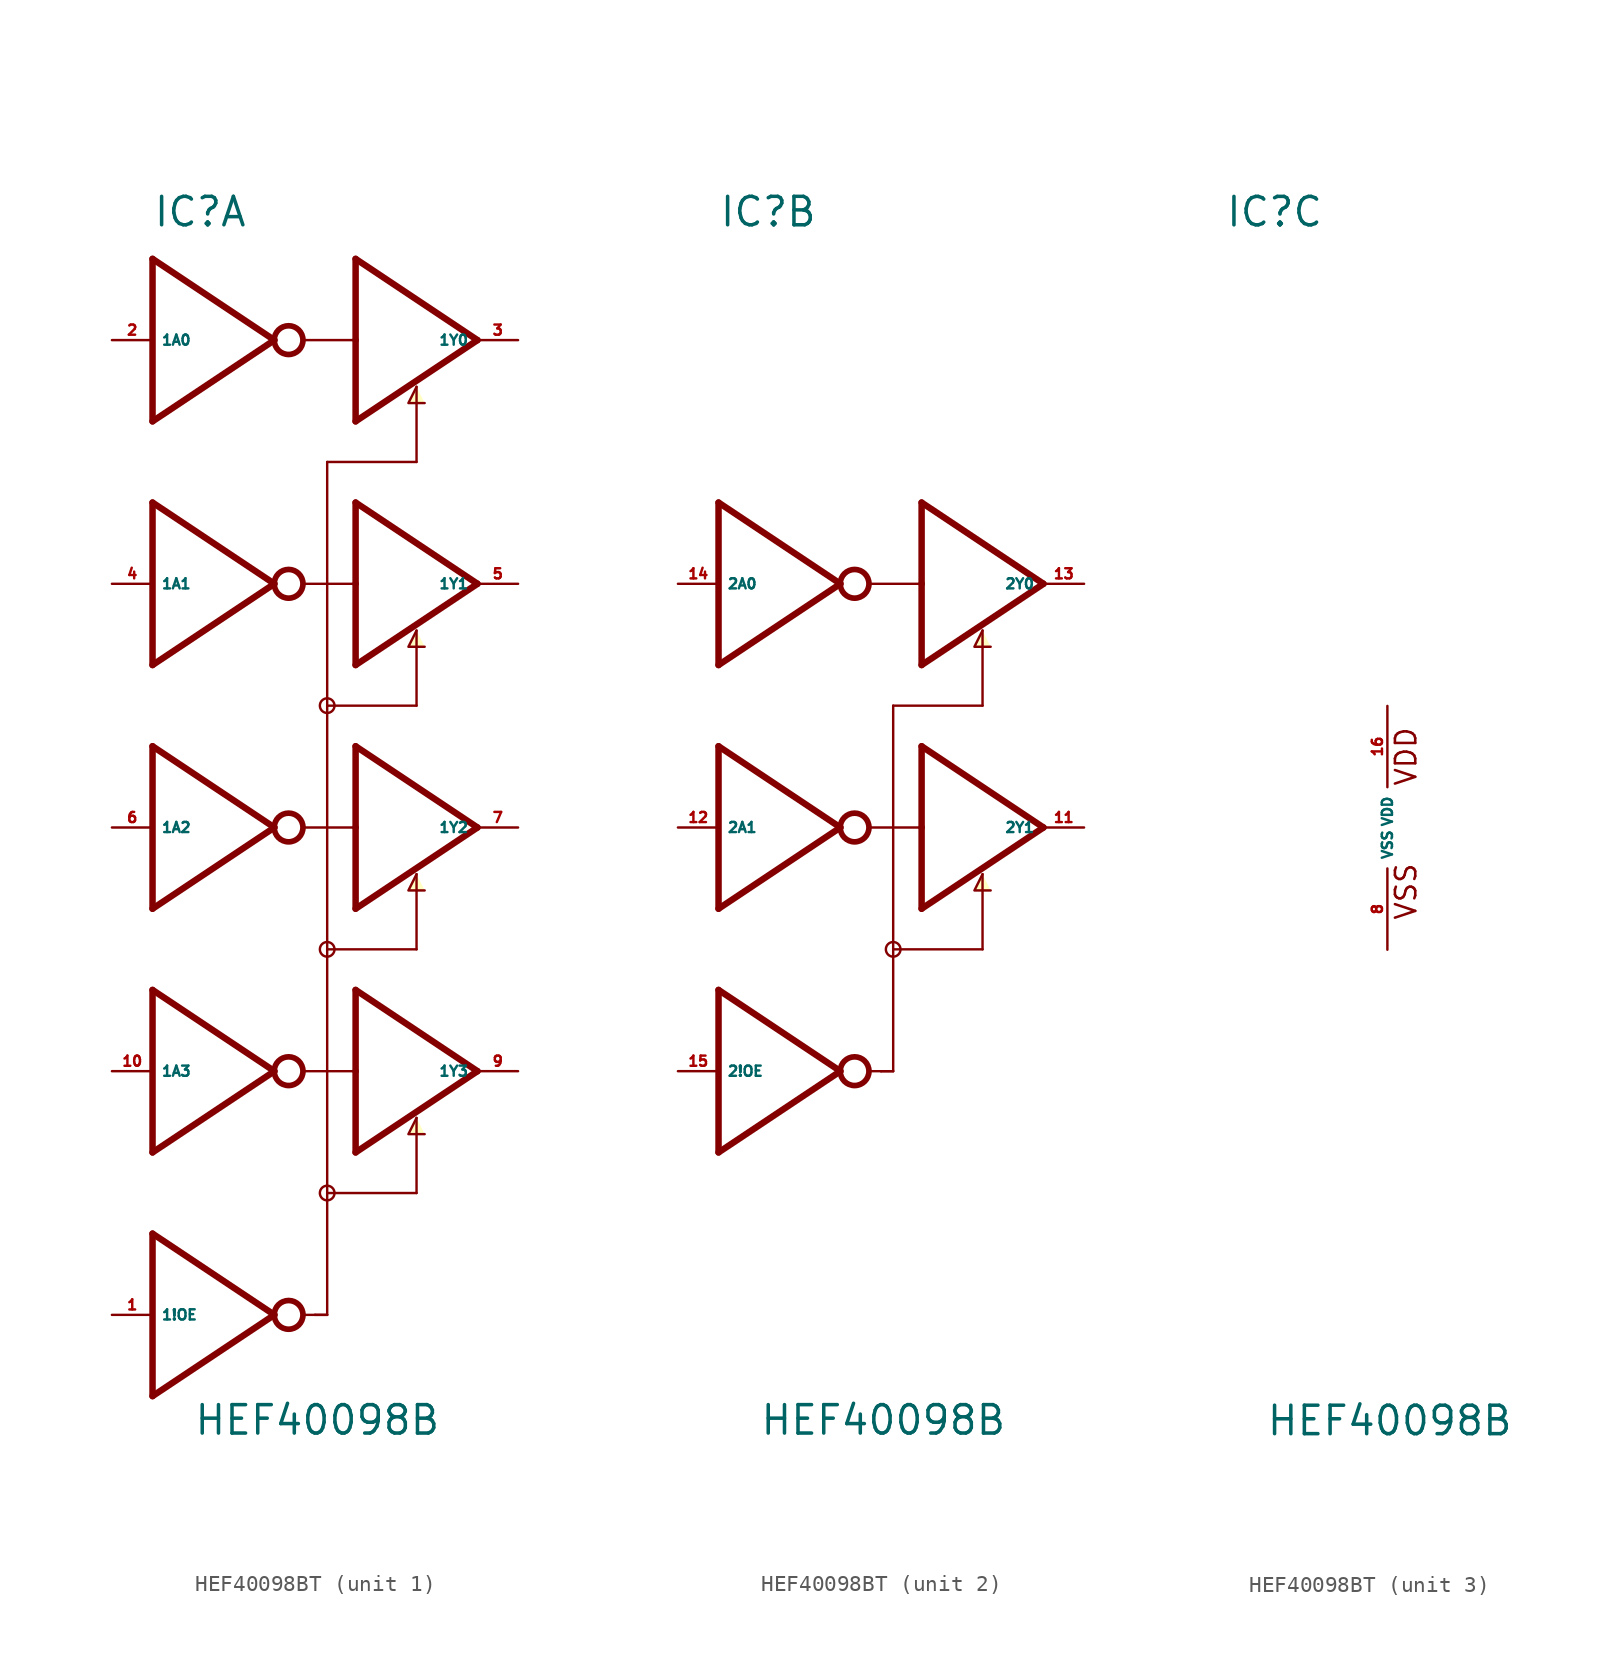
<source format=kicad_sym>
(kicad_symbol_lib
  (version 20220914)
  (generator Eagle2Kicad)
  (symbol "HEF40098BT"
    (property "Reference" "IC"
      (at -10.16 37.465 0)
      (effects (font (size 1.778 1.778) (thickness 0.22)) (justify left bottom)))
    (property "Value" "HEF40098B"
      (at -7.62 -38.1 0)
      (effects (font (size 1.778 1.778) (thickness 0.22)) (justify left bottom)))
    (symbol "HEF40098BT_1_0"
      (polyline (pts (xy 6.35 27.559) (xy 5.842 26.543) (xy 6.858 26.543)) (stroke (width 0.152) (type default)) (fill (type background)))
      (polyline (pts (xy 6.35 12.319) (xy 5.842 11.303) (xy 6.858 11.303)) (stroke (width 0.152) (type default)) (fill (type background)))
      (polyline (pts (xy 6.35 -2.921) (xy 5.842 -3.937) (xy 6.858 -3.937)) (stroke (width 0.152) (type default)) (fill (type background)))
      (polyline (pts (xy 6.35 -18.161) (xy 5.842 -19.177) (xy 6.858 -19.177)) (stroke (width 0.152) (type default)) (fill (type background)))
      (polyline (pts (xy -10.16 35.56) (xy -2.54 30.48)) (stroke (width 0.406) (type default)) (fill (type none)))
      (polyline (pts (xy -2.54 30.48) (xy -10.16 25.4)) (stroke (width 0.406) (type default)) (fill (type none)))
      (polyline (pts (xy -10.16 25.4) (xy -10.16 35.56)) (stroke (width 0.406) (type default)) (fill (type none)))
      (polyline (pts (xy -0.635 30.48) (xy 2.54 30.48)) (stroke (width 0.152) (type default)) (fill (type none)))
      (polyline (pts (xy 2.54 25.4) (xy 2.54 30.48)) (stroke (width 0.406) (type default)) (fill (type none)))
      (polyline (pts (xy 2.54 30.48) (xy 2.54 35.56)) (stroke (width 0.406) (type default)) (fill (type none)))
      (polyline (pts (xy 2.54 35.56) (xy 10.16 30.48)) (stroke (width 0.406) (type default)) (fill (type none)))
      (polyline (pts (xy 10.16 30.48) (xy 2.54 25.4)) (stroke (width 0.406) (type default)) (fill (type none)))
      (polyline (pts (xy 6.35 27.559) (xy 6.35 22.86)) (stroke (width 0.152) (type default)) (fill (type none)))
      (polyline (pts (xy 6.35 22.86) (xy 0.762 22.86)) (stroke (width 0.152) (type default)) (fill (type none)))
      (polyline (pts (xy 0.762 22.86) (xy 0.762 7.62)) (stroke (width 0.152) (type default)) (fill (type none)))
      (polyline (pts (xy -10.16 20.32) (xy -2.54 15.24)) (stroke (width 0.406) (type default)) (fill (type none)))
      (polyline (pts (xy -2.54 15.24) (xy -10.16 10.16)) (stroke (width 0.406) (type default)) (fill (type none)))
      (polyline (pts (xy -10.16 10.16) (xy -10.16 20.32)) (stroke (width 0.406) (type default)) (fill (type none)))
      (polyline (pts (xy -0.635 15.24) (xy 2.54 15.24)) (stroke (width 0.152) (type default)) (fill (type none)))
      (polyline (pts (xy 2.54 10.16) (xy 2.54 15.24)) (stroke (width 0.406) (type default)) (fill (type none)))
      (polyline (pts (xy 2.54 15.24) (xy 2.54 20.32)) (stroke (width 0.406) (type default)) (fill (type none)))
      (polyline (pts (xy 2.54 20.32) (xy 10.16 15.24)) (stroke (width 0.406) (type default)) (fill (type none)))
      (polyline (pts (xy 10.16 15.24) (xy 2.54 10.16)) (stroke (width 0.406) (type default)) (fill (type none)))
      (polyline (pts (xy 6.35 12.319) (xy 6.35 7.62)) (stroke (width 0.152) (type default)) (fill (type none)))
      (polyline (pts (xy 6.35 7.62) (xy 0.762 7.62)) (stroke (width 0.152) (type default)) (fill (type none)))
      (polyline (pts (xy 0.762 7.62) (xy 0.762 -7.62)) (stroke (width 0.152) (type default)) (fill (type none)))
      (polyline (pts (xy -10.16 5.08) (xy -2.54 0)) (stroke (width 0.406) (type default)) (fill (type none)))
      (polyline (pts (xy -2.54 0) (xy -10.16 -5.08)) (stroke (width 0.406) (type default)) (fill (type none)))
      (polyline (pts (xy -10.16 -5.08) (xy -10.16 5.08)) (stroke (width 0.406) (type default)) (fill (type none)))
      (polyline (pts (xy -0.635 0) (xy 2.54 0)) (stroke (width 0.152) (type default)) (fill (type none)))
      (polyline (pts (xy 2.54 -5.08) (xy 2.54 0)) (stroke (width 0.406) (type default)) (fill (type none)))
      (polyline (pts (xy 2.54 0) (xy 2.54 5.08)) (stroke (width 0.406) (type default)) (fill (type none)))
      (polyline (pts (xy 2.54 5.08) (xy 10.16 0)) (stroke (width 0.406) (type default)) (fill (type none)))
      (polyline (pts (xy 10.16 0) (xy 2.54 -5.08)) (stroke (width 0.406) (type default)) (fill (type none)))
      (polyline (pts (xy 6.35 -2.921) (xy 6.35 -7.62)) (stroke (width 0.152) (type default)) (fill (type none)))
      (polyline (pts (xy 6.35 -7.62) (xy 0.762 -7.62)) (stroke (width 0.152) (type default)) (fill (type none)))
      (polyline (pts (xy 0.762 -7.62) (xy 0.762 -22.86)) (stroke (width 0.152) (type default)) (fill (type none)))
      (polyline (pts (xy -10.16 -10.16) (xy -2.54 -15.24)) (stroke (width 0.406) (type default)) (fill (type none)))
      (polyline (pts (xy -2.54 -15.24) (xy -10.16 -20.32)) (stroke (width 0.406) (type default)) (fill (type none)))
      (polyline (pts (xy -10.16 -20.32) (xy -10.16 -10.16)) (stroke (width 0.406) (type default)) (fill (type none)))
      (polyline (pts (xy -0.635 -15.24) (xy 2.54 -15.24)) (stroke (width 0.152) (type default)) (fill (type none)))
      (polyline (pts (xy 2.54 -20.32) (xy 2.54 -15.24)) (stroke (width 0.406) (type default)) (fill (type none)))
      (polyline (pts (xy 2.54 -15.24) (xy 2.54 -10.16)) (stroke (width 0.406) (type default)) (fill (type none)))
      (polyline (pts (xy 2.54 -10.16) (xy 10.16 -15.24)) (stroke (width 0.406) (type default)) (fill (type none)))
      (polyline (pts (xy 10.16 -15.24) (xy 2.54 -20.32)) (stroke (width 0.406) (type default)) (fill (type none)))
      (polyline (pts (xy 6.35 -18.161) (xy 6.35 -22.86)) (stroke (width 0.152) (type default)) (fill (type none)))
      (polyline (pts (xy 6.35 -22.86) (xy 0.762 -22.86)) (stroke (width 0.152) (type default)) (fill (type none)))
      (polyline (pts (xy 0.762 -22.86) (xy 0.762 -30.48)) (stroke (width 0.152) (type default)) (fill (type none)))
      (polyline (pts (xy -10.16 -25.4) (xy -2.54 -30.48)) (stroke (width 0.406) (type default)) (fill (type none)))
      (polyline (pts (xy -2.54 -30.48) (xy -10.16 -35.56)) (stroke (width 0.406) (type default)) (fill (type none)))
      (polyline (pts (xy -10.16 -35.56) (xy -10.16 -25.4)) (stroke (width 0.406) (type default)) (fill (type none)))
      (polyline (pts (xy -0.635 -30.48) (xy 0 -30.48)) (stroke (width 0.152) (type default)) (fill (type none)))
      (polyline (pts (xy 0 -30.48) (xy 0.762 -30.48)) (stroke (width 0.152) (type default)) (fill (type none)))
      (polyline (pts (xy 0.762 -30.48) (xy 0 -30.48)) (stroke (width 0.152) (type default)) (fill (type none)))
      (circle (center -1.651 30.48) (radius 0.898) (stroke (width 0.356) (type default)) (fill (type none)))
      (circle (center -1.651 15.24) (radius 0.898) (stroke (width 0.356) (type default)) (fill (type none)))
      (circle (center 0.762 7.62) (radius 0.458) (stroke (width 0) (type default)) (fill (type none)))
      (circle (center -1.651 0) (radius 0.898) (stroke (width 0.356) (type default)) (fill (type none)))
      (circle (center -1.651 -15.24) (radius 0.898) (stroke (width 0.356) (type default)) (fill (type none)))
      (circle (center -1.651 -30.48) (radius 0.898) (stroke (width 0.356) (type default)) (fill (type none)))
      (circle (center 0.762 -7.62) (radius 0.458) (stroke (width 0) (type default)) (fill (type none)))
      (circle (center 0.762 -22.86) (radius 0.458) (stroke (width 0) (type default)) (fill (type none)))
      (pin input line (at -12.7 30.48 0) (length 2.54) (name "1A0" (effects (font (size 0.635 0.635) (thickness 0.08)) (justify left bottom))) (number "2" (effects (font (size 0.635 0.635) (thickness 0.08)) (justify left bottom))))
      (pin output line (at 12.7 30.48 180) (length 2.54) (name "1Y0" (effects (font (size 0.635 0.635) (thickness 0.08)) (justify left bottom))) (number "3" (effects (font (size 0.635 0.635) (thickness 0.08)) (justify left bottom))))
      (pin input line (at -12.7 15.24 0) (length 2.54) (name "1A1" (effects (font (size 0.635 0.635) (thickness 0.08)) (justify left bottom))) (number "4" (effects (font (size 0.635 0.635) (thickness 0.08)) (justify left bottom))))
      (pin output line (at 12.7 15.24 180) (length 2.54) (name "1Y1" (effects (font (size 0.635 0.635) (thickness 0.08)) (justify left bottom))) (number "5" (effects (font (size 0.635 0.635) (thickness 0.08)) (justify left bottom))))
      (pin input line (at -12.7 0 0) (length 2.54) (name "1A2" (effects (font (size 0.635 0.635) (thickness 0.08)) (justify left bottom))) (number "6" (effects (font (size 0.635 0.635) (thickness 0.08)) (justify left bottom))))
      (pin output line (at 12.7 0 180) (length 2.54) (name "1Y2" (effects (font (size 0.635 0.635) (thickness 0.08)) (justify left bottom))) (number "7" (effects (font (size 0.635 0.635) (thickness 0.08)) (justify left bottom))))
      (pin input line (at -12.7 -15.24 0) (length 2.54) (name "1A3" (effects (font (size 0.635 0.635) (thickness 0.08)) (justify left bottom))) (number "10" (effects (font (size 0.635 0.635) (thickness 0.08)) (justify left bottom))))
      (pin output line (at 12.7 -15.24 180) (length 2.54) (name "1Y3" (effects (font (size 0.635 0.635) (thickness 0.08)) (justify left bottom))) (number "9" (effects (font (size 0.635 0.635) (thickness 0.08)) (justify left bottom))))
      (pin input line (at -12.7 -30.48 0) (length 2.54) (name "1!OE" (effects (font (size 0.635 0.635) (thickness 0.08)) (justify left bottom))) (number "1" (effects (font (size 0.635 0.635) (thickness 0.08)) (justify left bottom)))))
    (symbol "HEF40098BT_2_0"
      (polyline (pts (xy 6.35 12.319) (xy 5.842 11.303) (xy 6.858 11.303)) (stroke (width 0.152) (type default)) (fill (type background)))
      (polyline (pts (xy 6.35 -2.921) (xy 5.842 -3.937) (xy 6.858 -3.937)) (stroke (width 0.152) (type default)) (fill (type background)))
      (polyline (pts (xy -10.16 20.32) (xy -2.54 15.24)) (stroke (width 0.406) (type default)) (fill (type none)))
      (polyline (pts (xy -2.54 15.24) (xy -10.16 10.16)) (stroke (width 0.406) (type default)) (fill (type none)))
      (polyline (pts (xy -10.16 10.16) (xy -10.16 20.32)) (stroke (width 0.406) (type default)) (fill (type none)))
      (polyline (pts (xy -0.635 15.24) (xy 2.54 15.24)) (stroke (width 0.152) (type default)) (fill (type none)))
      (polyline (pts (xy 2.54 10.16) (xy 2.54 15.24)) (stroke (width 0.406) (type default)) (fill (type none)))
      (polyline (pts (xy 2.54 15.24) (xy 2.54 20.32)) (stroke (width 0.406) (type default)) (fill (type none)))
      (polyline (pts (xy 2.54 20.32) (xy 10.16 15.24)) (stroke (width 0.406) (type default)) (fill (type none)))
      (polyline (pts (xy 10.16 15.24) (xy 2.54 10.16)) (stroke (width 0.406) (type default)) (fill (type none)))
      (polyline (pts (xy 6.35 12.319) (xy 6.35 7.62)) (stroke (width 0.152) (type default)) (fill (type none)))
      (polyline (pts (xy 6.35 7.62) (xy 0.762 7.62)) (stroke (width 0.152) (type default)) (fill (type none)))
      (polyline (pts (xy 0.762 7.62) (xy 0.762 -7.62)) (stroke (width 0.152) (type default)) (fill (type none)))
      (polyline (pts (xy -10.16 5.08) (xy -2.54 0)) (stroke (width 0.406) (type default)) (fill (type none)))
      (polyline (pts (xy -2.54 0) (xy -10.16 -5.08)) (stroke (width 0.406) (type default)) (fill (type none)))
      (polyline (pts (xy -10.16 -5.08) (xy -10.16 5.08)) (stroke (width 0.406) (type default)) (fill (type none)))
      (polyline (pts (xy -0.635 0) (xy 2.54 0)) (stroke (width 0.152) (type default)) (fill (type none)))
      (polyline (pts (xy 2.54 -5.08) (xy 2.54 0)) (stroke (width 0.406) (type default)) (fill (type none)))
      (polyline (pts (xy 2.54 0) (xy 2.54 5.08)) (stroke (width 0.406) (type default)) (fill (type none)))
      (polyline (pts (xy 2.54 5.08) (xy 10.16 0)) (stroke (width 0.406) (type default)) (fill (type none)))
      (polyline (pts (xy 10.16 0) (xy 2.54 -5.08)) (stroke (width 0.406) (type default)) (fill (type none)))
      (polyline (pts (xy 6.35 -2.921) (xy 6.35 -7.62)) (stroke (width 0.152) (type default)) (fill (type none)))
      (polyline (pts (xy 6.35 -7.62) (xy 0.762 -7.62)) (stroke (width 0.152) (type default)) (fill (type none)))
      (polyline (pts (xy 0.762 -7.62) (xy 0.762 -15.24)) (stroke (width 0.152) (type default)) (fill (type none)))
      (polyline (pts (xy -10.16 -10.16) (xy -2.54 -15.24)) (stroke (width 0.406) (type default)) (fill (type none)))
      (polyline (pts (xy -2.54 -15.24) (xy -10.16 -20.32)) (stroke (width 0.406) (type default)) (fill (type none)))
      (polyline (pts (xy -10.16 -20.32) (xy -10.16 -10.16)) (stroke (width 0.406) (type default)) (fill (type none)))
      (polyline (pts (xy -0.635 -15.24) (xy 0 -15.24)) (stroke (width 0.152) (type default)) (fill (type none)))
      (polyline (pts (xy 0 -15.24) (xy 0.762 -15.24)) (stroke (width 0.152) (type default)) (fill (type none)))
      (polyline (pts (xy 0.762 -15.24) (xy 0 -15.24)) (stroke (width 0.152) (type default)) (fill (type none)))
      (circle (center -1.651 15.24) (radius 0.898) (stroke (width 0.356) (type default)) (fill (type none)))
      (circle (center -1.651 0) (radius 0.898) (stroke (width 0.356) (type default)) (fill (type none)))
      (circle (center -1.651 -15.24) (radius 0.898) (stroke (width 0.356) (type default)) (fill (type none)))
      (circle (center 0.762 -7.62) (radius 0.458) (stroke (width 0) (type default)) (fill (type none)))
      (pin input line (at -12.7 15.24 0) (length 2.54) (name "2A0" (effects (font (size 0.635 0.635) (thickness 0.08)) (justify left bottom))) (number "14" (effects (font (size 0.635 0.635) (thickness 0.08)) (justify left bottom))))
      (pin output line (at 12.7 15.24 180) (length 2.54) (name "2Y0" (effects (font (size 0.635 0.635) (thickness 0.08)) (justify left bottom))) (number "13" (effects (font (size 0.635 0.635) (thickness 0.08)) (justify left bottom))))
      (pin input line (at -12.7 0 0) (length 2.54) (name "2A1" (effects (font (size 0.635 0.635) (thickness 0.08)) (justify left bottom))) (number "12" (effects (font (size 0.635 0.635) (thickness 0.08)) (justify left bottom))))
      (pin output line (at 12.7 0 180) (length 2.54) (name "2Y1" (effects (font (size 0.635 0.635) (thickness 0.08)) (justify left bottom))) (number "11" (effects (font (size 0.635 0.635) (thickness 0.08)) (justify left bottom))))
      (pin input line (at -12.7 -15.24 0) (length 2.54) (name "2!OE" (effects (font (size 0.635 0.635) (thickness 0.08)) (justify left bottom))) (number "15" (effects (font (size 0.635 0.635) (thickness 0.08)) (justify left bottom)))))
    (symbol "HEF40098BT_3_0"
      (text "VDD" (at 1.905 2.54 900) (effects (font (size 1.27 1.27) (thickness 0.16)) (justify left bottom)))
      (text "VSS" (at 1.905 -5.842 900) (effects (font (size 1.27 1.27) (thickness 0.16)) (justify left bottom)))
      (pin unspecified line (at 0 -7.62 90) (length 5.08) (name "VSS" (effects (font (size 0.635 0.635) (thickness 0.08)) (justify left bottom))) (number "8" (effects (font (size 0.635 0.635) (thickness 0.08)) (justify left bottom))))
      (pin unspecified line (at 0 7.62 270) (length 5.08) (name "VDD" (effects (font (size 0.635 0.635) (thickness 0.08)) (justify left bottom))) (number "16" (effects (font (size 0.635 0.635) (thickness 0.08)) (justify left bottom)))))))
</source>
